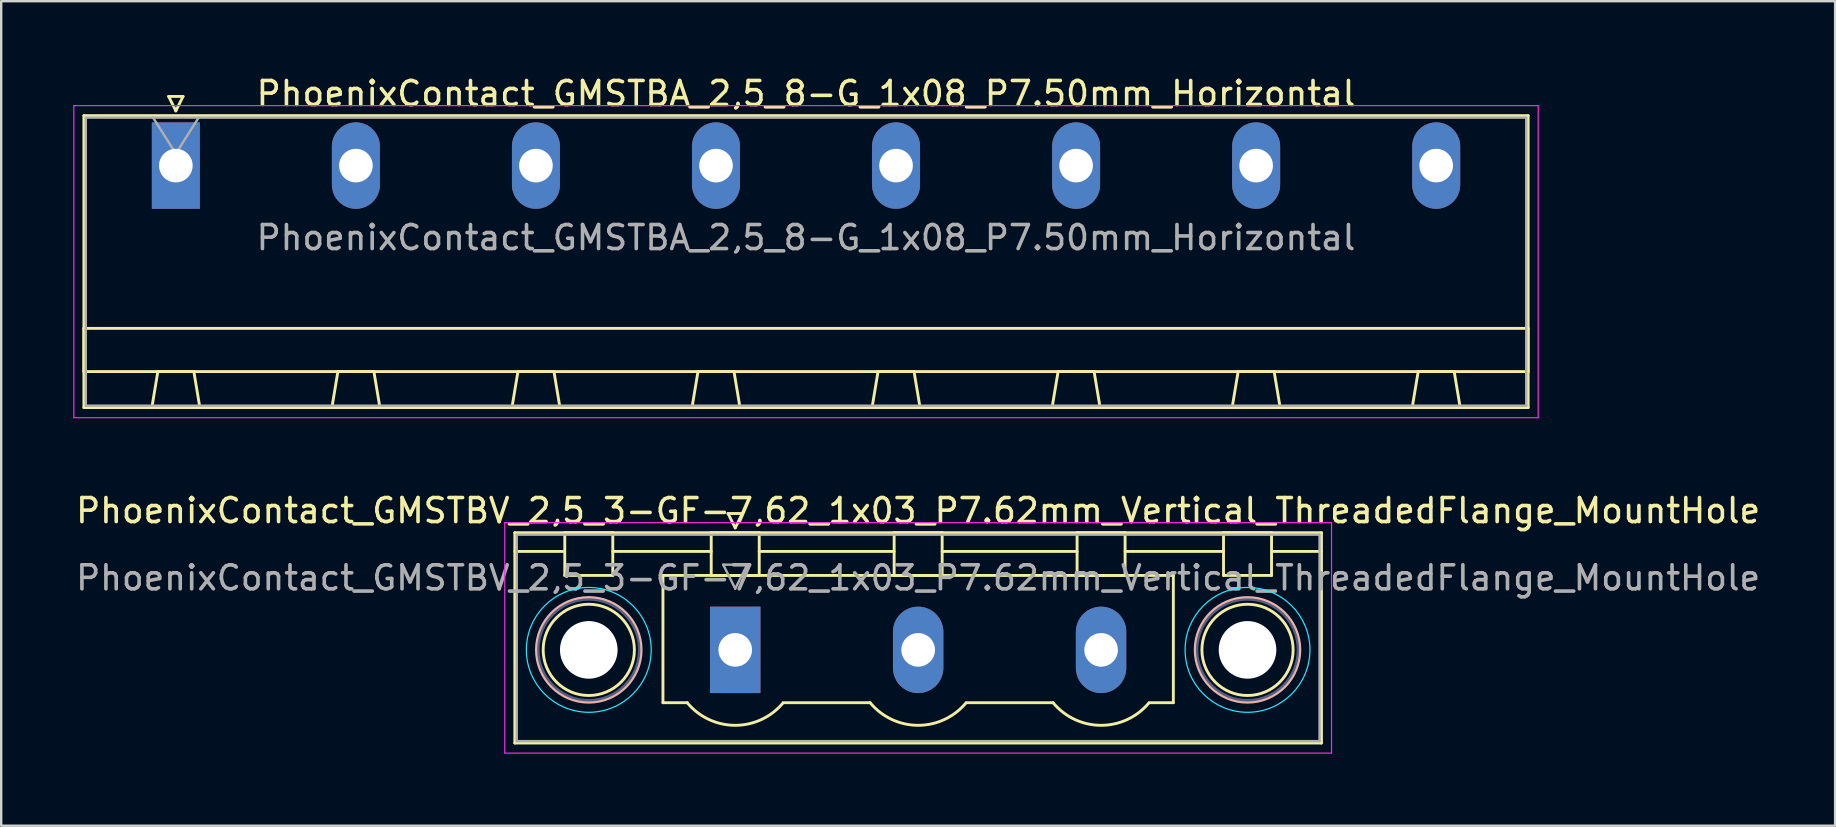
<source format=kicad_pcb>
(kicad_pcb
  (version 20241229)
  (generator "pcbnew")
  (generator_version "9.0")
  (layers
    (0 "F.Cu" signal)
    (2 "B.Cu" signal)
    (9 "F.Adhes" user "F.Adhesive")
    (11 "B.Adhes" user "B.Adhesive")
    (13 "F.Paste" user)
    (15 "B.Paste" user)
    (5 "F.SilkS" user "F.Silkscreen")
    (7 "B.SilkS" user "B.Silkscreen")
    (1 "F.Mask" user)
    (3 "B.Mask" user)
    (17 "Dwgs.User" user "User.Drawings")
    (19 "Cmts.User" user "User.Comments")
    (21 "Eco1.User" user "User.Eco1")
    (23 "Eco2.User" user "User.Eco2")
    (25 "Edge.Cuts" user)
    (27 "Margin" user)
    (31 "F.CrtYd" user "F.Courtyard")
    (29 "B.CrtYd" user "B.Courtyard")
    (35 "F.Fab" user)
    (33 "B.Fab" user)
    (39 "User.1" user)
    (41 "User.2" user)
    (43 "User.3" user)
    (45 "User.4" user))
  (footprint "PhoenixContact_GMSTBA_2,5_8-G_1x08_P7.50mm_Horizontal"
    (layer "F.Cu")
    (at 4.275 3.848)
    (property "Reference" "PhoenixContact_GMSTBA_2,5_8-G_1x08_P7.50mm_Horizontal" (at 26.25 -3 0) (layer "F.SilkS") (effects (font (size 1 1) (thickness 0.15))))
    (attr through_hole)
    (fp_line (start -3.83 -2.08) (end -3.83 10.08) (stroke (width 0.12) (type solid)) (layer "F.SilkS"))
    (fp_line (start -3.83 6.78) (end 56.33 6.78) (stroke (width 0.12) (type solid)) (layer "F.SilkS"))
    (fp_line (start -3.83 8.58) (end -3.83 6.78) (stroke (width 0.12) (type solid)) (layer "F.SilkS"))
    (fp_line (start -3.83 10.08) (end 56.33 10.08) (stroke (width 0.12) (type solid)) (layer "F.SilkS"))
    (fp_line (start -1 10.08) (end 1 10.08) (stroke (width 0.12) (type solid)) (layer "F.SilkS"))
    (fp_line (start -0.75 8.58) (end -1 10.08) (stroke (width 0.12) (type solid)) (layer "F.SilkS"))
    (fp_line (start -0.3 -2.88) (end 0.3 -2.88) (stroke (width 0.12) (type solid)) (layer "F.SilkS"))
    (fp_line (start 0 -2.28) (end -0.3 -2.88) (stroke (width 0.12) (type solid)) (layer "F.SilkS"))
    (fp_line (start 0.3 -2.88) (end 0 -2.28) (stroke (width 0.12) (type solid)) (layer "F.SilkS"))
    (fp_line (start 0.75 8.58) (end -0.75 8.58) (stroke (width 0.12) (type solid)) (layer "F.SilkS"))
    (fp_line (start 1 10.08) (end 0.75 8.58) (stroke (width 0.12) (type solid)) (layer "F.SilkS"))
    (fp_line (start 6.5 10.08) (end 8.5 10.08) (stroke (width 0.12) (type solid)) (layer "F.SilkS"))
    (fp_line (start 6.75 8.58) (end 6.5 10.08) (stroke (width 0.12) (type solid)) (layer "F.SilkS"))
    (fp_line (start 8.25 8.58) (end 6.75 8.58) (stroke (width 0.12) (type solid)) (layer "F.SilkS"))
    (fp_line (start 8.5 10.08) (end 8.25 8.58) (stroke (width 0.12) (type solid)) (layer "F.SilkS"))
    (fp_line (start 14 10.08) (end 16 10.08) (stroke (width 0.12) (type solid)) (layer "F.SilkS"))
    (fp_line (start 14.25 8.58) (end 14 10.08) (stroke (width 0.12) (type solid)) (layer "F.SilkS"))
    (fp_line (start 15.75 8.58) (end 14.25 8.58) (stroke (width 0.12) (type solid)) (layer "F.SilkS"))
    (fp_line (start 16 10.08) (end 15.75 8.58) (stroke (width 0.12) (type solid)) (layer "F.SilkS"))
    (fp_line (start 21.5 10.08) (end 23.5 10.08) (stroke (width 0.12) (type solid)) (layer "F.SilkS"))
    (fp_line (start 21.75 8.58) (end 21.5 10.08) (stroke (width 0.12) (type solid)) (layer "F.SilkS"))
    (fp_line (start 23.25 8.58) (end 21.75 8.58) (stroke (width 0.12) (type solid)) (layer "F.SilkS"))
    (fp_line (start 23.5 10.08) (end 23.25 8.58) (stroke (width 0.12) (type solid)) (layer "F.SilkS"))
    (fp_line (start 29 10.08) (end 31 10.08) (stroke (width 0.12) (type solid)) (layer "F.SilkS"))
    (fp_line (start 29.25 8.58) (end 29 10.08) (stroke (width 0.12) (type solid)) (layer "F.SilkS"))
    (fp_line (start 30.75 8.58) (end 29.25 8.58) (stroke (width 0.12) (type solid)) (layer "F.SilkS"))
    (fp_line (start 31 10.08) (end 30.75 8.58) (stroke (width 0.12) (type solid)) (layer "F.SilkS"))
    (fp_line (start 36.5 10.08) (end 38.5 10.08) (stroke (width 0.12) (type solid)) (layer "F.SilkS"))
    (fp_line (start 36.75 8.58) (end 36.5 10.08) (stroke (width 0.12) (type solid)) (layer "F.SilkS"))
    (fp_line (start 38.25 8.58) (end 36.75 8.58) (stroke (width 0.12) (type solid)) (layer "F.SilkS"))
    (fp_line (start 38.5 10.08) (end 38.25 8.58) (stroke (width 0.12) (type solid)) (layer "F.SilkS"))
    (fp_line (start 44 10.08) (end 46 10.08) (stroke (width 0.12) (type solid)) (layer "F.SilkS"))
    (fp_line (start 44.25 8.58) (end 44 10.08) (stroke (width 0.12) (type solid)) (layer "F.SilkS"))
    (fp_line (start 45.75 8.58) (end 44.25 8.58) (stroke (width 0.12) (type solid)) (layer "F.SilkS"))
    (fp_line (start 46 10.08) (end 45.75 8.58) (stroke (width 0.12) (type solid)) (layer "F.SilkS"))
    (fp_line (start 51.5 10.08) (end 53.5 10.08) (stroke (width 0.12) (type solid)) (layer "F.SilkS"))
    (fp_line (start 51.75 8.58) (end 51.5 10.08) (stroke (width 0.12) (type solid)) (layer "F.SilkS"))
    (fp_line (start 53.25 8.58) (end 51.75 8.58) (stroke (width 0.12) (type solid)) (layer "F.SilkS"))
    (fp_line (start 53.5 10.08) (end 53.25 8.58) (stroke (width 0.12) (type solid)) (layer "F.SilkS"))
    (fp_line (start 56.33 -2.08) (end -3.83 -2.08) (stroke (width 0.12) (type solid)) (layer "F.SilkS"))
    (fp_line (start 56.33 6.78) (end 56.33 8.58) (stroke (width 0.12) (type solid)) (layer "F.SilkS"))
    (fp_line (start 56.33 8.58) (end -3.83 8.58) (stroke (width 0.12) (type solid)) (layer "F.SilkS"))
    (fp_line (start 56.33 10.08) (end 56.33 -2.08) (stroke (width 0.12) (type solid)) (layer "F.SilkS"))
    (fp_line (start -4.25 -2.5) (end -4.25 10.5) (stroke (width 0.05) (type solid)) (layer "F.CrtYd"))
    (fp_line (start -4.25 10.5) (end 56.75 10.5) (stroke (width 0.05) (type solid)) (layer "F.CrtYd"))
    (fp_line (start 56.75 -2.5) (end -4.25 -2.5) (stroke (width 0.05) (type solid)) (layer "F.CrtYd"))
    (fp_line (start 56.75 10.5) (end 56.75 -2.5) (stroke (width 0.05) (type solid)) (layer "F.CrtYd"))
    (fp_line (start -3.75 -2) (end -3.75 10) (stroke (width 0.1) (type solid)) (layer "F.Fab"))
    (fp_line (start -3.75 10) (end 56.25 10) (stroke (width 0.1) (type solid)) (layer "F.Fab"))
    (fp_line (start 0 -0.5) (end -0.95 -2) (stroke (width 0.1) (type solid)) (layer "F.Fab"))
    (fp_line (start 0.95 -2) (end 0 -0.5) (stroke (width 0.1) (type solid)) (layer "F.Fab"))
    (fp_line (start 56.25 -2) (end -3.75 -2) (stroke (width 0.1) (type solid)) (layer "F.Fab"))
    (fp_line (start 56.25 10) (end 56.25 -2) (stroke (width 0.1) (type solid)) (layer "F.Fab"))
    (fp_text user "${REFERENCE}" (at 26.25 3 0) (layer "F.Fab") (effects (font (size 1 1) (thickness 0.15))))
    (pad "1" thru_hole rect (at 0 0) (size 2 3.6) (drill 1.4) (layers "*.Cu" "*.Mask"))
    (pad "2" thru_hole oval (at 7.5 0) (size 2 3.6) (drill 1.4) (layers "*.Cu" "*.Mask"))
    (pad "3" thru_hole oval (at 15 0) (size 2 3.6) (drill 1.4) (layers "*.Cu" "*.Mask"))
    (pad "4" thru_hole oval (at 22.5 0) (size 2 3.6) (drill 1.4) (layers "*.Cu" "*.Mask"))
    (pad "5" thru_hole oval (at 30 0) (size 2 3.6) (drill 1.4) (layers "*.Cu" "*.Mask"))
    (pad "6" thru_hole oval (at 37.5 0) (size 2 3.6) (drill 1.4) (layers "*.Cu" "*.Mask"))
    (pad "7" thru_hole oval (at 45 0) (size 2 3.6) (drill 1.4) (layers "*.Cu" "*.Mask"))
    (pad "8" thru_hole oval (at 52.5 0) (size 2 3.6) (drill 1.4) (layers "*.Cu" "*.Mask")))
  (footprint "PhoenixContact_GMSTBV_2,5_3-GF-7,62_1x03_P7.62mm_Vertical_ThreadedFlange_MountHole"
    (layer "F.Cu")
    (at 27.576 24.021)
    (property "Reference" "PhoenixContact_GMSTBV_2,5_3-GF-7,62_1x03_P7.62mm_Vertical_ThreadedFlange_MountHole" (at 7.62 -5.8 0) (layer "F.SilkS") (effects (font (size 1 1) (thickness 0.15))))
    (attr through_hole)
    (fp_line (start -9.18 -4.88) (end -9.18 3.88) (stroke (width 0.12) (type solid)) (layer "F.SilkS"))
    (fp_line (start -9.18 -4.1) (end -7.18 -4.1) (stroke (width 0.12) (type solid)) (layer "F.SilkS"))
    (fp_line (start -9.18 3.88) (end 24.42 3.88) (stroke (width 0.12) (type solid)) (layer "F.SilkS"))
    (fp_line (start -7.1 -4.88) (end -5.1 -4.88) (stroke (width 0.12) (type solid)) (layer "F.SilkS"))
    (fp_line (start -7.1 -3.1) (end -7.1 -4.88) (stroke (width 0.12) (type solid)) (layer "F.SilkS"))
    (fp_line (start -5.1 -4.88) (end -5.1 -3.1) (stroke (width 0.12) (type solid)) (layer "F.SilkS"))
    (fp_line (start -5.1 -4.1) (end -1 -4.1) (stroke (width 0.12) (type solid)) (layer "F.SilkS"))
    (fp_line (start -5.1 -3.1) (end -7.1 -3.1) (stroke (width 0.12) (type solid)) (layer "F.SilkS"))
    (fp_line (start -3.01 -3.1) (end 18.25 -3.1) (stroke (width 0.12) (type solid)) (layer "F.SilkS"))
    (fp_line (start -3.01 2.2) (end -3.01 -3.1) (stroke (width 0.12) (type solid)) (layer "F.SilkS"))
    (fp_line (start -2 2.2) (end -3.01 2.2) (stroke (width 0.12) (type solid)) (layer "F.SilkS"))
    (fp_line (start -1 -4.88) (end 1 -4.88) (stroke (width 0.12) (type solid)) (layer "F.SilkS"))
    (fp_line (start -1 -3.1) (end -1 -4.88) (stroke (width 0.12) (type solid)) (layer "F.SilkS"))
    (fp_line (start -0.3 -5.68) (end 0.3 -5.68) (stroke (width 0.12) (type solid)) (layer "F.SilkS"))
    (fp_line (start 0 -5.08) (end -0.3 -5.68) (stroke (width 0.12) (type solid)) (layer "F.SilkS"))
    (fp_line (start 0.3 -5.68) (end 0 -5.08) (stroke (width 0.12) (type solid)) (layer "F.SilkS"))
    (fp_line (start 1 -4.88) (end 1 -3.1) (stroke (width 0.12) (type solid)) (layer "F.SilkS"))
    (fp_line (start 1 -4.1) (end 6.62 -4.1) (stroke (width 0.12) (type solid)) (layer "F.SilkS"))
    (fp_line (start 1 -3.1) (end -1 -3.1) (stroke (width 0.12) (type solid)) (layer "F.SilkS"))
    (fp_line (start 2 2.2) (end 5.62 2.2) (stroke (width 0.12) (type solid)) (layer "F.SilkS"))
    (fp_line (start 6.62 -4.88) (end 8.62 -4.88) (stroke (width 0.12) (type solid)) (layer "F.SilkS"))
    (fp_line (start 6.62 -3.1) (end 6.62 -4.88) (stroke (width 0.12) (type solid)) (layer "F.SilkS"))
    (fp_line (start 8.62 -4.88) (end 8.62 -3.1) (stroke (width 0.12) (type solid)) (layer "F.SilkS"))
    (fp_line (start 8.62 -4.1) (end 14.24 -4.1) (stroke (width 0.12) (type solid)) (layer "F.SilkS"))
    (fp_line (start 8.62 -3.1) (end 6.62 -3.1) (stroke (width 0.12) (type solid)) (layer "F.SilkS"))
    (fp_line (start 9.62 2.2) (end 13.24 2.2) (stroke (width 0.12) (type solid)) (layer "F.SilkS"))
    (fp_line (start 14.24 -4.88) (end 16.24 -4.88) (stroke (width 0.12) (type solid)) (layer "F.SilkS"))
    (fp_line (start 14.24 -3.1) (end 14.24 -4.88) (stroke (width 0.12) (type solid)) (layer "F.SilkS"))
    (fp_line (start 16.24 -4.88) (end 16.24 -3.1) (stroke (width 0.12) (type solid)) (layer "F.SilkS"))
    (fp_line (start 16.24 -4.1) (end 20.34 -4.1) (stroke (width 0.12) (type solid)) (layer "F.SilkS"))
    (fp_line (start 16.24 -3.1) (end 14.24 -3.1) (stroke (width 0.12) (type solid)) (layer "F.SilkS"))
    (fp_line (start 18.25 -3.1) (end 18.25 2.2) (stroke (width 0.12) (type solid)) (layer "F.SilkS"))
    (fp_line (start 18.25 2.2) (end 17.24 2.2) (stroke (width 0.12) (type solid)) (layer "F.SilkS"))
    (fp_line (start 20.34 -4.88) (end 22.34 -4.88) (stroke (width 0.12) (type solid)) (layer "F.SilkS"))
    (fp_line (start 20.34 -3.1) (end 20.34 -4.88) (stroke (width 0.12) (type solid)) (layer "F.SilkS"))
    (fp_line (start 22.34 -4.88) (end 22.34 -3.1) (stroke (width 0.12) (type solid)) (layer "F.SilkS"))
    (fp_line (start 22.34 -3.1) (end 20.34 -3.1) (stroke (width 0.12) (type solid)) (layer "F.SilkS"))
    (fp_line (start 24.42 -4.88) (end -9.18 -4.88) (stroke (width 0.12) (type solid)) (layer "F.SilkS"))
    (fp_line (start 24.42 -4.1) (end 22.42 -4.1) (stroke (width 0.12) (type solid)) (layer "F.SilkS"))
    (fp_line (start 24.42 3.88) (end 24.42 -4.88) (stroke (width 0.12) (type solid)) (layer "F.SilkS"))
    (fp_arc (start 1.986842 2.215821) (mid -0.010289 3.142758) (end -2 2.2) (stroke (width 0.12) (type solid)) (layer "F.SilkS"))
    (fp_arc (start 9.606842 2.215821) (mid 7.609711 3.142758) (end 5.62 2.2) (stroke (width 0.12) (type solid)) (layer "F.SilkS"))
    (fp_arc (start 17.226842 2.215821) (mid 15.229711 3.142758) (end 13.24 2.2) (stroke (width 0.12) (type solid)) (layer "F.SilkS"))
    (fp_circle (center -6.1 0) (end -4.2 0) (stroke (width 0.12) (type solid)) (fill no) (layer "F.SilkS"))
    (fp_circle (center 21.34 0) (end 23.24 0) (stroke (width 0.12) (type solid)) (fill no) (layer "F.SilkS"))
    (fp_circle (center -6.1 0) (end -3.92 0) (stroke (width 0.12) (type solid)) (fill no) (layer "B.SilkS"))
    (fp_circle (center 21.34 0) (end 23.52 0) (stroke (width 0.12) (type solid)) (fill no) (layer "B.SilkS"))
    (fp_circle (center -6.1 0) (end -3.5 0) (stroke (width 0.05) (type solid)) (fill no) (layer "B.CrtYd"))
    (fp_circle (center 21.34 0) (end 23.94 0) (stroke (width 0.05) (type solid)) (fill no) (layer "B.CrtYd"))
    (fp_line (start -9.6 -5.3) (end -9.6 4.3) (stroke (width 0.05) (type solid)) (layer "F.CrtYd"))
    (fp_line (start -9.6 4.3) (end 24.84 4.3) (stroke (width 0.05) (type solid)) (layer "F.CrtYd"))
    (fp_line (start 24.84 -5.3) (end -9.6 -5.3) (stroke (width 0.05) (type solid)) (layer "F.CrtYd"))
    (fp_line (start 24.84 4.3) (end 24.84 -5.3) (stroke (width 0.05) (type solid)) (layer "F.CrtYd"))
    (fp_circle (center -6.1 0) (end -4 0) (stroke (width 0.1) (type solid)) (fill no) (layer "B.Fab"))
    (fp_circle (center 21.34 0) (end 23.44 0) (stroke (width 0.1) (type solid)) (fill no) (layer "B.Fab"))
    (fp_line (start -9.1 -4.8) (end -9.1 3.8) (stroke (width 0.1) (type solid)) (layer "F.Fab"))
    (fp_line (start -9.1 3.8) (end 24.34 3.8) (stroke (width 0.1) (type solid)) (layer "F.Fab"))
    (fp_line (start -0.5 -3.55) (end 0.5 -3.55) (stroke (width 0.1) (type solid)) (layer "F.Fab"))
    (fp_line (start 0 -2.55) (end -0.5 -3.55) (stroke (width 0.1) (type solid)) (layer "F.Fab"))
    (fp_line (start 0.5 -3.55) (end 0 -2.55) (stroke (width 0.1) (type solid)) (layer "F.Fab"))
    (fp_line (start 24.34 -4.8) (end -9.1 -4.8) (stroke (width 0.1) (type solid)) (layer "F.Fab"))
    (fp_line (start 24.34 3.8) (end 24.34 -4.8) (stroke (width 0.1) (type solid)) (layer "F.Fab"))
    (fp_text user "${REFERENCE}" (at 7.62 -3 0) (layer "F.Fab") (effects (font (size 1 1) (thickness 0.15))))
    (pad "" np_thru_hole circle (at -6.1 0) (size 2.4 2.4) (drill 2.4) (layers "*.Cu" "*.Mask"))
    (pad "" np_thru_hole circle (at 21.34 0) (size 2.4 2.4) (drill 2.4) (layers "*.Cu" "*.Mask"))
    (pad "1" thru_hole rect (at 0 0) (size 2.1 3.6) (drill 1.4) (layers "*.Cu" "*.Mask"))
    (pad "2" thru_hole oval (at 7.62 0) (size 2.1 3.6) (drill 1.4) (layers "*.Cu" "*.Mask"))
    (pad "3" thru_hole oval (at 15.24 0) (size 2.1 3.6) (drill 1.4) (layers "*.Cu" "*.Mask")))
  (gr_rect
    (start -3 -3)
    (end 73.393 31.346)
    (stroke (width 0.1) (type default))
    (fill no)
    (layer "Edge.Cuts")))
</source>
